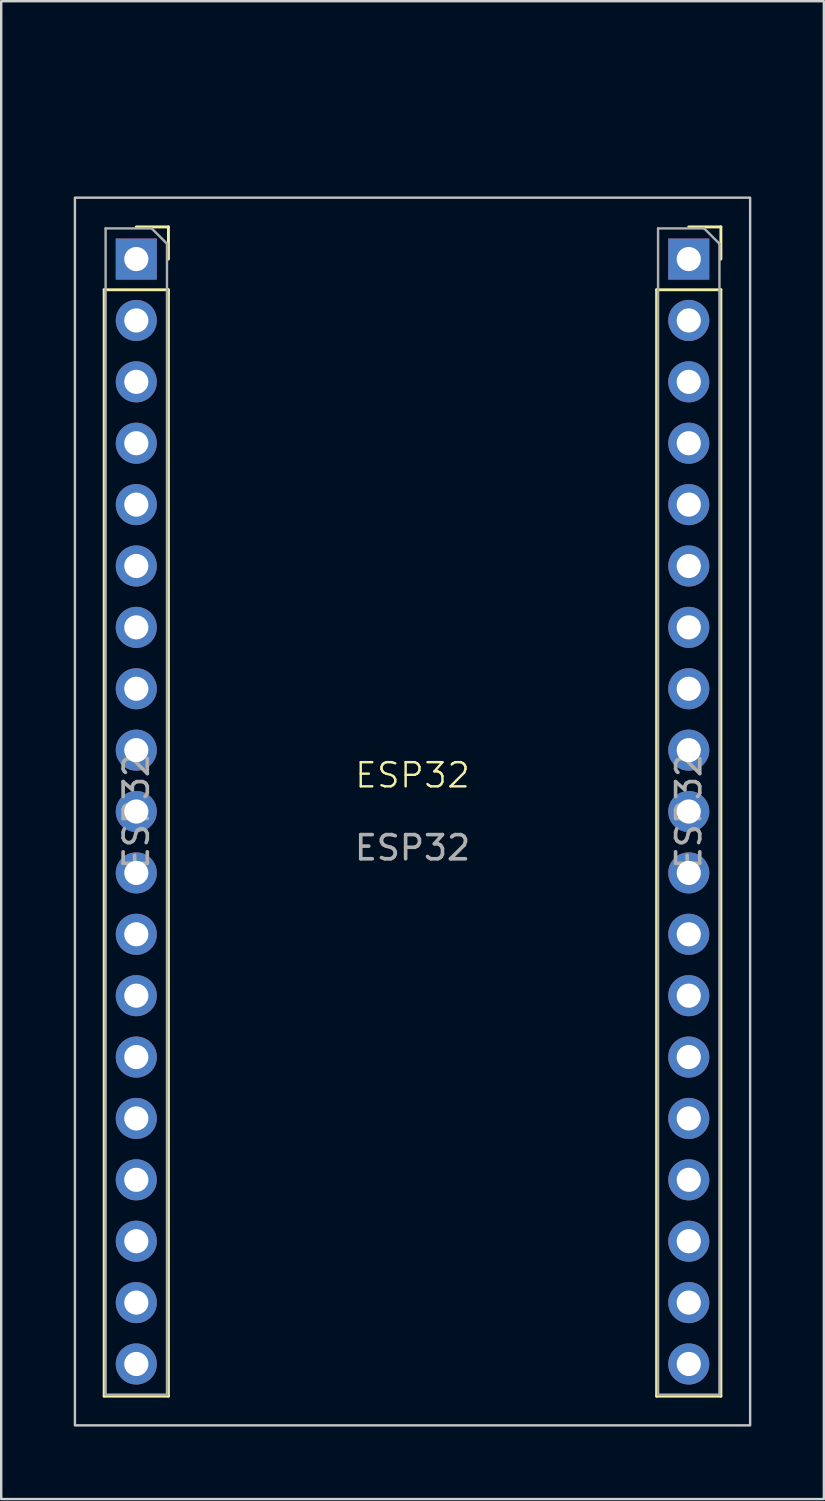
<source format=kicad_pcb>
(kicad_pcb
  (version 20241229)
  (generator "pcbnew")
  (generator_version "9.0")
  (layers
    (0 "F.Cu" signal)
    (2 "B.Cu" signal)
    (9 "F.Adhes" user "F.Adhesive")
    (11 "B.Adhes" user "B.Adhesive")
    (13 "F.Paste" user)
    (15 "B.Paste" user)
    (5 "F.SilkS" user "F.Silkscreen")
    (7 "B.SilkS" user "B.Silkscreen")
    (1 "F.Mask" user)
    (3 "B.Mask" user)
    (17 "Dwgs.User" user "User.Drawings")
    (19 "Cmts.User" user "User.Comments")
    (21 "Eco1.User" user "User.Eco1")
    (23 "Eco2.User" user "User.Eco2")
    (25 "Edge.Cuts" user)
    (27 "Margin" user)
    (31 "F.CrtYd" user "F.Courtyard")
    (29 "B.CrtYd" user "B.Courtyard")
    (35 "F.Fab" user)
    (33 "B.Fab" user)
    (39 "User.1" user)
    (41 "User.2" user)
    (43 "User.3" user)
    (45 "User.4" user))
  (footprint "ESP32"
    (layer "F.Cu")
    (at 14.02 7.67)
    (property "Reference" "ESP32" (at 0 21.36 0) (unlocked yes) (layer "F.SilkS") (effects (font (size 1 1) (thickness 0.1))))
    (attr through_hole)
    (fp_line (start -12.76 1.27) (end -12.76 47.05) (stroke (width 0.12) (type solid)) (layer "F.SilkS"))
    (fp_line (start -12.76 1.27) (end -10.1 1.27) (stroke (width 0.12) (type solid)) (layer "F.SilkS"))
    (fp_line (start -12.76 47.05) (end -10.1 47.05) (stroke (width 0.12) (type solid)) (layer "F.SilkS"))
    (fp_line (start -11.43 -1.33) (end -10.1 -1.33) (stroke (width 0.12) (type solid)) (layer "F.SilkS"))
    (fp_line (start -10.1 -1.33) (end -10.1 0) (stroke (width 0.12) (type solid)) (layer "F.SilkS"))
    (fp_line (start -10.1 1.27) (end -10.1 47.05) (stroke (width 0.12) (type solid)) (layer "F.SilkS"))
    (fp_line (start 10.1 1.27) (end 10.1 47.05) (stroke (width 0.12) (type solid)) (layer "F.SilkS"))
    (fp_line (start 10.1 1.27) (end 12.76 1.27) (stroke (width 0.12) (type solid)) (layer "F.SilkS"))
    (fp_line (start 10.1 47.05) (end 12.76 47.05) (stroke (width 0.12) (type solid)) (layer "F.SilkS"))
    (fp_line (start 11.43 -1.33) (end 12.76 -1.33) (stroke (width 0.12) (type solid)) (layer "F.SilkS"))
    (fp_line (start 12.76 -1.33) (end 12.76 0) (stroke (width 0.12) (type solid)) (layer "F.SilkS"))
    (fp_line (start 12.76 1.27) (end 12.76 47.05) (stroke (width 0.12) (type solid)) (layer "F.SilkS"))
    (fp_rect (start -13.97 -2.54) (end 13.97 48.26) (stroke (width 0.1) (type default)) (fill no) (layer "Dwgs.User"))
    (fp_rect (start -3.81 -7.62) (end 3.81 2.54) (stroke (width 0.1) (type default)) (fill no) (layer "Margin"))
    (fp_line (start -12.7 -1.27) (end -10.795 -1.27) (stroke (width 0.1) (type solid)) (layer "F.Fab"))
    (fp_line (start -12.7 46.99) (end -12.7 -1.27) (stroke (width 0.1) (type solid)) (layer "F.Fab"))
    (fp_line (start -10.795 -1.27) (end -10.16 -0.635) (stroke (width 0.1) (type solid)) (layer "F.Fab"))
    (fp_line (start -10.16 -0.635) (end -10.16 46.99) (stroke (width 0.1) (type solid)) (layer "F.Fab"))
    (fp_line (start -10.16 46.99) (end -12.7 46.99) (stroke (width 0.1) (type solid)) (layer "F.Fab"))
    (fp_line (start 10.16 -1.27) (end 12.065 -1.27) (stroke (width 0.1) (type solid)) (layer "F.Fab"))
    (fp_line (start 10.16 46.99) (end 10.16 -1.27) (stroke (width 0.1) (type solid)) (layer "F.Fab"))
    (fp_line (start 12.065 -1.27) (end 12.7 -0.635) (stroke (width 0.1) (type solid)) (layer "F.Fab"))
    (fp_line (start 12.7 -0.635) (end 12.7 46.99) (stroke (width 0.1) (type solid)) (layer "F.Fab"))
    (fp_line (start 12.7 46.99) (end 10.16 46.99) (stroke (width 0.1) (type solid)) (layer "F.Fab"))
    (fp_text user "${REFERENCE}" (at 11.43 22.86 90) (layer "F.Fab") (effects (font (size 1 1) (thickness 0.15))))
    (fp_text user "${REFERENCE}" (at -11.43 22.86 90) (layer "F.Fab") (effects (font (size 1 1) (thickness 0.15))))
    (fp_text user "${REFERENCE}" (at 0 24.36 0) (unlocked yes) (layer "F.Fab") (effects (font (size 1 1) (thickness 0.15))))
    (pad "1" thru_hole rect (at -11.43 0) (size 1.7 1.7) (drill 1) (layers "*.Cu" "*.Mask"))
    (pad "2" thru_hole oval (at -11.43 2.54) (size 1.7 1.7) (drill 1) (layers "*.Cu" "*.Mask"))
    (pad "3" thru_hole oval (at -11.43 5.08) (size 1.7 1.7) (drill 1) (layers "*.Cu" "*.Mask"))
    (pad "4" thru_hole oval (at -11.43 7.62) (size 1.7 1.7) (drill 1) (layers "*.Cu" "*.Mask"))
    (pad "5" thru_hole oval (at -11.43 10.16) (size 1.7 1.7) (drill 1) (layers "*.Cu" "*.Mask"))
    (pad "6" thru_hole oval (at -11.43 12.7) (size 1.7 1.7) (drill 1) (layers "*.Cu" "*.Mask"))
    (pad "7" thru_hole oval (at -11.43 15.24) (size 1.7 1.7) (drill 1) (layers "*.Cu" "*.Mask"))
    (pad "8" thru_hole oval (at -11.43 17.78) (size 1.7 1.7) (drill 1) (layers "*.Cu" "*.Mask"))
    (pad "9" thru_hole oval (at -11.43 20.32) (size 1.7 1.7) (drill 1) (layers "*.Cu" "*.Mask"))
    (pad "10" thru_hole oval (at -11.43 22.86) (size 1.7 1.7) (drill 1) (layers "*.Cu" "*.Mask"))
    (pad "11" thru_hole oval (at -11.43 25.4) (size 1.7 1.7) (drill 1) (layers "*.Cu" "*.Mask"))
    (pad "12" thru_hole oval (at -11.43 27.94) (size 1.7 1.7) (drill 1) (layers "*.Cu" "*.Mask"))
    (pad "13" thru_hole oval (at -11.43 30.48) (size 1.7 1.7) (drill 1) (layers "*.Cu" "*.Mask"))
    (pad "14" thru_hole oval (at -11.43 33.02) (size 1.7 1.7) (drill 1) (layers "*.Cu" "*.Mask"))
    (pad "15" thru_hole oval (at -11.43 35.56) (size 1.7 1.7) (drill 1) (layers "*.Cu" "*.Mask"))
    (pad "16" thru_hole oval (at -11.43 38.1) (size 1.7 1.7) (drill 1) (layers "*.Cu" "*.Mask"))
    (pad "17" thru_hole oval (at -11.43 40.64) (size 1.7 1.7) (drill 1) (layers "*.Cu" "*.Mask"))
    (pad "18" thru_hole oval (at -11.43 43.18) (size 1.7 1.7) (drill 1) (layers "*.Cu" "*.Mask"))
    (pad "19" thru_hole oval (at -11.43 45.72) (size 1.7 1.7) (drill 1) (layers "*.Cu" "*.Mask"))
    (pad "20" thru_hole rect (at 11.43 0) (size 1.7 1.7) (drill 1) (layers "*.Cu" "*.Mask"))
    (pad "21" thru_hole oval (at 11.43 2.54) (size 1.7 1.7) (drill 1) (layers "*.Cu" "*.Mask"))
    (pad "22" thru_hole oval (at 11.43 5.08) (size 1.7 1.7) (drill 1) (layers "*.Cu" "*.Mask"))
    (pad "23" thru_hole oval (at 11.43 7.62) (size 1.7 1.7) (drill 1) (layers "*.Cu" "*.Mask"))
    (pad "24" thru_hole oval (at 11.43 10.16) (size 1.7 1.7) (drill 1) (layers "*.Cu" "*.Mask"))
    (pad "25" thru_hole oval (at 11.43 12.7) (size 1.7 1.7) (drill 1) (layers "*.Cu" "*.Mask"))
    (pad "26" thru_hole oval (at 11.43 15.24) (size 1.7 1.7) (drill 1) (layers "*.Cu" "*.Mask"))
    (pad "27" thru_hole oval (at 11.43 17.78) (size 1.7 1.7) (drill 1) (layers "*.Cu" "*.Mask"))
    (pad "28" thru_hole oval (at 11.43 20.32) (size 1.7 1.7) (drill 1) (layers "*.Cu" "*.Mask"))
    (pad "29" thru_hole oval (at 11.43 22.86) (size 1.7 1.7) (drill 1) (layers "*.Cu" "*.Mask"))
    (pad "30" thru_hole oval (at 11.43 25.4) (size 1.7 1.7) (drill 1) (layers "*.Cu" "*.Mask"))
    (pad "31" thru_hole oval (at 11.43 27.94) (size 1.7 1.7) (drill 1) (layers "*.Cu" "*.Mask"))
    (pad "32" thru_hole oval (at 11.43 30.48) (size 1.7 1.7) (drill 1) (layers "*.Cu" "*.Mask"))
    (pad "33" thru_hole oval (at 11.43 33.02) (size 1.7 1.7) (drill 1) (layers "*.Cu" "*.Mask"))
    (pad "34" thru_hole oval (at 11.43 35.56) (size 1.7 1.7) (drill 1) (layers "*.Cu" "*.Mask"))
    (pad "35" thru_hole oval (at 11.43 38.1) (size 1.7 1.7) (drill 1) (layers "*.Cu" "*.Mask"))
    (pad "36" thru_hole oval (at 11.43 40.64) (size 1.7 1.7) (drill 1) (layers "*.Cu" "*.Mask"))
    (pad "37" thru_hole oval (at 11.43 43.18) (size 1.7 1.7) (drill 1) (layers "*.Cu" "*.Mask"))
    (pad "38" thru_hole oval (at 11.43 45.72) (size 1.7 1.7) (drill 1) (layers "*.Cu" "*.Mask")))
  (gr_rect
    (start -3 -3)
    (end 31.04 58.98)
    (stroke (width 0.1) (type default))
    (fill no)
    (layer "Edge.Cuts")))
</source>
